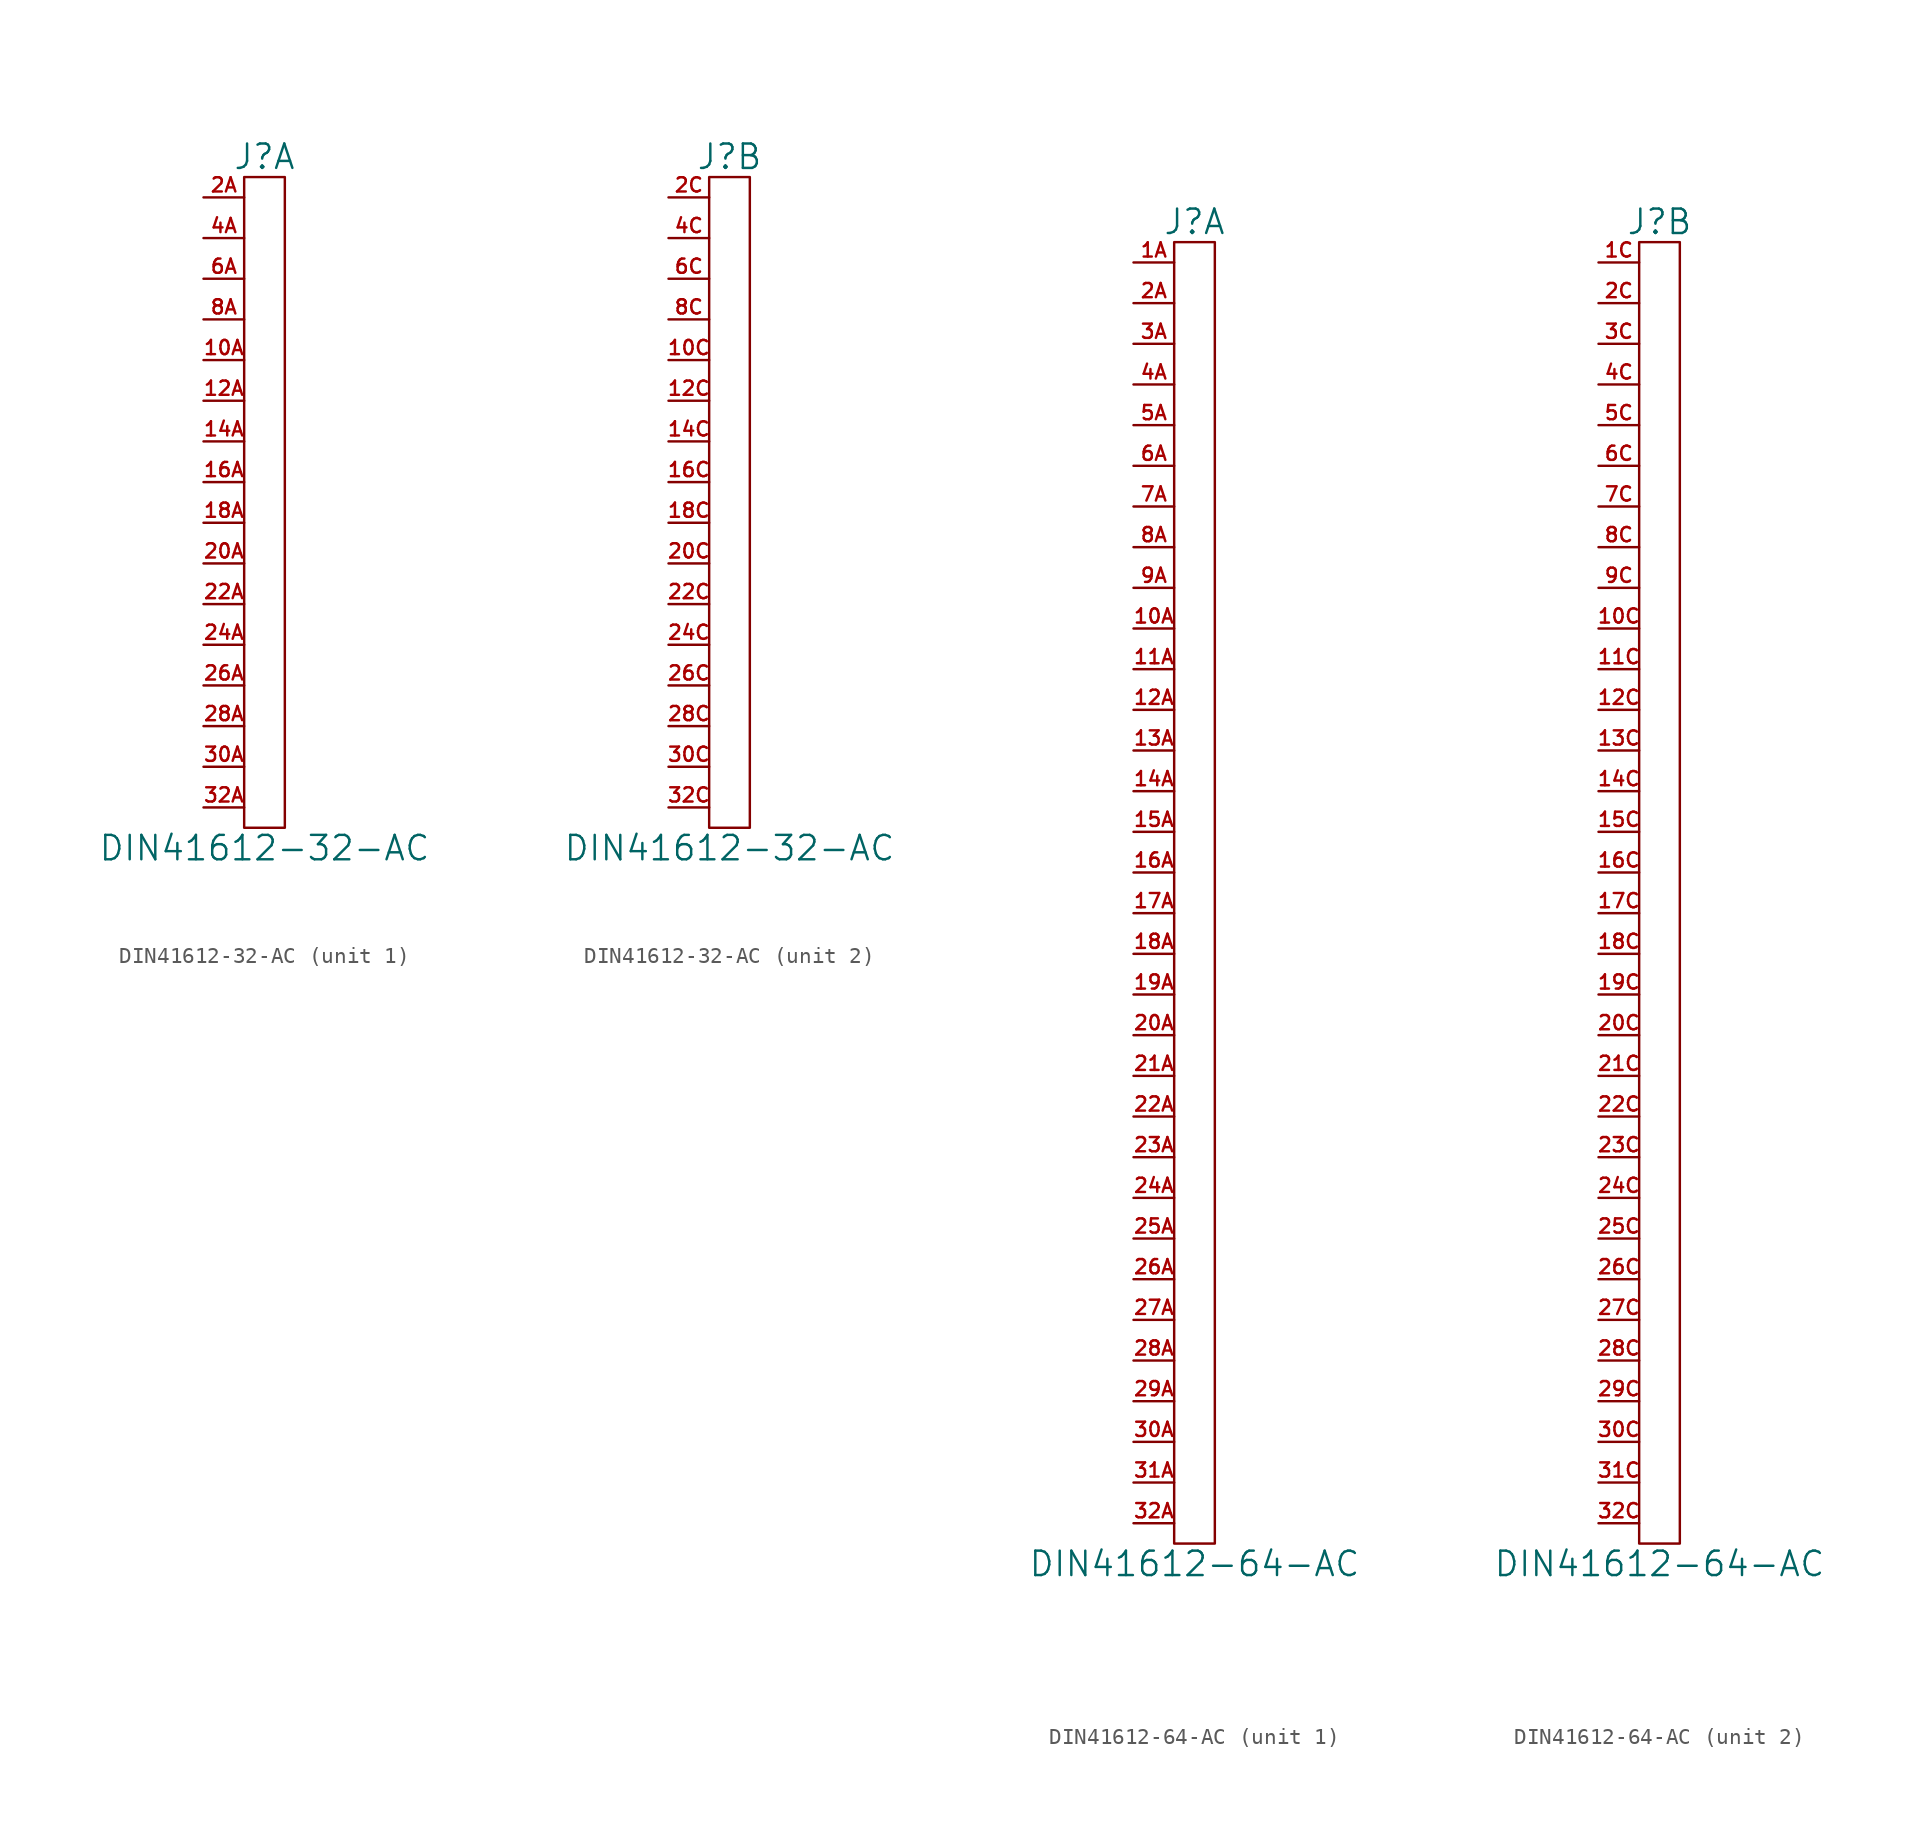
<source format=kicad_sym>
(kicad_symbol_lib
  (version 20211014)
  (generator kicad_symbol_editor)
  (symbol "DIN41612-32-AC"
    (pin_names
      (offset 0))
    (property "Reference" "J"
      (at 0 21.59 0)
      (effects (font (size 1.524 1.524))))
    (property "Value" "DIN41612-32-AC"
      (at 0 -21.59 0)
      (effects (font (size 1.524 1.524))))
    (property "Footprint" ""
      (at 0 0 0)
      (effects (font (size 1.524 1.524))))
    (property "Datasheet" ""
      (at 0 0 0)
      (effects (font (size 1.524 1.524))))
    (property "ki_locked" ""
      (at 0 0 0)
      (effects (font (size 1.27 1.27))))
    (symbol "DIN41612-32-AC_0_1"
      (rectangle (start -1.27 20.32) (end 1.27 -20.32) (stroke (width 0) (type default) (color 0 0 0 0)) (fill (type none))))
    (symbol "DIN41612-32-AC_1_1"
      (pin passive line (at -3.81 8.89 0) (length 2.54) (name "~" (effects (font (size 1.27 1.27)))) (number "10A" (effects (font (size 0.889 0.889)))))
      (pin passive line (at -3.81 6.35 0) (length 2.54) (name "~" (effects (font (size 1.27 1.27)))) (number "12A" (effects (font (size 0.889 0.889)))))
      (pin passive line (at -3.81 3.81 0) (length 2.54) (name "~" (effects (font (size 1.27 1.27)))) (number "14A" (effects (font (size 0.889 0.889)))))
      (pin passive line (at -3.81 1.27 0) (length 2.54) (name "~" (effects (font (size 1.27 1.27)))) (number "16A" (effects (font (size 0.889 0.889)))))
      (pin passive line (at -3.81 -1.27 0) (length 2.54) (name "~" (effects (font (size 1.27 1.27)))) (number "18A" (effects (font (size 0.889 0.889)))))
      (pin passive line (at -3.81 -3.81 0) (length 2.54) (name "~" (effects (font (size 1.27 1.27)))) (number "20A" (effects (font (size 0.889 0.889)))))
      (pin passive line (at -3.81 -6.35 0) (length 2.54) (name "~" (effects (font (size 1.27 1.27)))) (number "22A" (effects (font (size 0.889 0.889)))))
      (pin passive line (at -3.81 -8.89 0) (length 2.54) (name "~" (effects (font (size 1.27 1.27)))) (number "24A" (effects (font (size 0.889 0.889)))))
      (pin passive line (at -3.81 -11.43 0) (length 2.54) (name "~" (effects (font (size 1.27 1.27)))) (number "26A" (effects (font (size 0.889 0.889)))))
      (pin passive line (at -3.81 -13.97 0) (length 2.54) (name "~" (effects (font (size 1.27 1.27)))) (number "28A" (effects (font (size 0.889 0.889)))))
      (pin passive line (at -3.81 19.05 0) (length 2.54) (name "~" (effects (font (size 1.27 1.27)))) (number "2A" (effects (font (size 0.889 0.889)))))
      (pin passive line (at -3.81 -16.51 0) (length 2.54) (name "~" (effects (font (size 1.27 1.27)))) (number "30A" (effects (font (size 0.889 0.889)))))
      (pin passive line (at -3.81 -19.05 0) (length 2.54) (name "~" (effects (font (size 1.27 1.27)))) (number "32A" (effects (font (size 0.889 0.889)))))
      (pin passive line (at -3.81 16.51 0) (length 2.54) (name "~" (effects (font (size 1.27 1.27)))) (number "4A" (effects (font (size 0.889 0.889)))))
      (pin passive line (at -3.81 13.97 0) (length 2.54) (name "~" (effects (font (size 1.27 1.27)))) (number "6A" (effects (font (size 0.889 0.889)))))
      (pin passive line (at -3.81 11.43 0) (length 2.54) (name "~" (effects (font (size 1.27 1.27)))) (number "8A" (effects (font (size 0.889 0.889))))))
    (symbol "DIN41612-32-AC_2_1"
      (pin passive line (at -3.81 8.89 0) (length 2.54) (name "~" (effects (font (size 1.27 1.27)))) (number "10C" (effects (font (size 0.889 0.889)))))
      (pin passive line (at -3.81 6.35 0) (length 2.54) (name "~" (effects (font (size 1.27 1.27)))) (number "12C" (effects (font (size 0.889 0.889)))))
      (pin passive line (at -3.81 3.81 0) (length 2.54) (name "~" (effects (font (size 1.27 1.27)))) (number "14C" (effects (font (size 0.889 0.889)))))
      (pin passive line (at -3.81 1.27 0) (length 2.54) (name "~" (effects (font (size 1.27 1.27)))) (number "16C" (effects (font (size 0.889 0.889)))))
      (pin passive line (at -3.81 -1.27 0) (length 2.54) (name "~" (effects (font (size 1.27 1.27)))) (number "18C" (effects (font (size 0.889 0.889)))))
      (pin passive line (at -3.81 -3.81 0) (length 2.54) (name "~" (effects (font (size 1.27 1.27)))) (number "20C" (effects (font (size 0.889 0.889)))))
      (pin passive line (at -3.81 -6.35 0) (length 2.54) (name "~" (effects (font (size 1.27 1.27)))) (number "22C" (effects (font (size 0.889 0.889)))))
      (pin passive line (at -3.81 -8.89 0) (length 2.54) (name "~" (effects (font (size 1.27 1.27)))) (number "24C" (effects (font (size 0.889 0.889)))))
      (pin passive line (at -3.81 -11.43 0) (length 2.54) (name "~" (effects (font (size 1.27 1.27)))) (number "26C" (effects (font (size 0.889 0.889)))))
      (pin passive line (at -3.81 -13.97 0) (length 2.54) (name "~" (effects (font (size 1.27 1.27)))) (number "28C" (effects (font (size 0.889 0.889)))))
      (pin passive line (at -3.81 19.05 0) (length 2.54) (name "~" (effects (font (size 1.27 1.27)))) (number "2C" (effects (font (size 0.889 0.889)))))
      (pin passive line (at -3.81 -16.51 0) (length 2.54) (name "~" (effects (font (size 1.27 1.27)))) (number "30C" (effects (font (size 0.889 0.889)))))
      (pin passive line (at -3.81 -19.05 0) (length 2.54) (name "~" (effects (font (size 1.27 1.27)))) (number "32C" (effects (font (size 0.889 0.889)))))
      (pin passive line (at -3.81 16.51 0) (length 2.54) (name "~" (effects (font (size 1.27 1.27)))) (number "4C" (effects (font (size 0.889 0.889)))))
      (pin passive line (at -3.81 13.97 0) (length 2.54) (name "~" (effects (font (size 1.27 1.27)))) (number "6C" (effects (font (size 0.889 0.889)))))
      (pin passive line (at -3.81 11.43 0) (length 2.54) (name "~" (effects (font (size 1.27 1.27)))) (number "8C" (effects (font (size 0.889 0.889)))))))
  (symbol "DIN41612-64-AC"
    (pin_names
      (offset 0))
    (property "Reference" "J"
      (at 0 41.91 0)
      (effects (font (size 1.524 1.524))))
    (property "Value" "DIN41612-64-AC"
      (at 0 -41.91 0)
      (effects (font (size 1.524 1.524))))
    (property "Footprint" ""
      (at 0 0 0)
      (effects (font (size 1.524 1.524))))
    (property "Datasheet" ""
      (at 0 0 0)
      (effects (font (size 1.524 1.524))))
    (property "ki_locked" ""
      (at 0 0 0)
      (effects (font (size 1.27 1.27))))
    (symbol "DIN41612-64-AC_0_1"
      (rectangle (start -1.27 40.64) (end 1.27 -40.64) (stroke (width 0) (type default) (color 0 0 0 0)) (fill (type none))))
    (symbol "DIN41612-64-AC_1_1"
      (pin passive line (at -3.81 16.51 0) (length 2.54) (name "~" (effects (font (size 1.27 1.27)))) (number "10A" (effects (font (size 0.889 0.889)))))
      (pin passive line (at -3.81 13.97 0) (length 2.54) (name "~" (effects (font (size 1.27 1.27)))) (number "11A" (effects (font (size 0.889 0.889)))))
      (pin passive line (at -3.81 11.43 0) (length 2.54) (name "~" (effects (font (size 1.27 1.27)))) (number "12A" (effects (font (size 0.889 0.889)))))
      (pin passive line (at -3.81 8.89 0) (length 2.54) (name "~" (effects (font (size 1.27 1.27)))) (number "13A" (effects (font (size 0.889 0.889)))))
      (pin passive line (at -3.81 6.35 0) (length 2.54) (name "~" (effects (font (size 1.27 1.27)))) (number "14A" (effects (font (size 0.889 0.889)))))
      (pin passive line (at -3.81 3.81 0) (length 2.54) (name "~" (effects (font (size 1.27 1.27)))) (number "15A" (effects (font (size 0.889 0.889)))))
      (pin passive line (at -3.81 1.27 0) (length 2.54) (name "~" (effects (font (size 1.27 1.27)))) (number "16A" (effects (font (size 0.889 0.889)))))
      (pin passive line (at -3.81 -1.27 0) (length 2.54) (name "~" (effects (font (size 1.27 1.27)))) (number "17A" (effects (font (size 0.889 0.889)))))
      (pin passive line (at -3.81 -3.81 0) (length 2.54) (name "~" (effects (font (size 1.27 1.27)))) (number "18A" (effects (font (size 0.889 0.889)))))
      (pin passive line (at -3.81 -6.35 0) (length 2.54) (name "~" (effects (font (size 1.27 1.27)))) (number "19A" (effects (font (size 0.889 0.889)))))
      (pin passive line (at -3.81 39.37 0) (length 2.54) (name "~" (effects (font (size 1.27 1.27)))) (number "1A" (effects (font (size 0.889 0.889)))))
      (pin passive line (at -3.81 -8.89 0) (length 2.54) (name "~" (effects (font (size 1.27 1.27)))) (number "20A" (effects (font (size 0.889 0.889)))))
      (pin passive line (at -3.81 -11.43 0) (length 2.54) (name "~" (effects (font (size 1.27 1.27)))) (number "21A" (effects (font (size 0.889 0.889)))))
      (pin passive line (at -3.81 -13.97 0) (length 2.54) (name "~" (effects (font (size 1.27 1.27)))) (number "22A" (effects (font (size 0.889 0.889)))))
      (pin passive line (at -3.81 -16.51 0) (length 2.54) (name "~" (effects (font (size 1.27 1.27)))) (number "23A" (effects (font (size 0.889 0.889)))))
      (pin passive line (at -3.81 -19.05 0) (length 2.54) (name "~" (effects (font (size 1.27 1.27)))) (number "24A" (effects (font (size 0.889 0.889)))))
      (pin passive line (at -3.81 -21.59 0) (length 2.54) (name "~" (effects (font (size 1.27 1.27)))) (number "25A" (effects (font (size 0.889 0.889)))))
      (pin passive line (at -3.81 -24.13 0) (length 2.54) (name "~" (effects (font (size 1.27 1.27)))) (number "26A" (effects (font (size 0.889 0.889)))))
      (pin passive line (at -3.81 -26.67 0) (length 2.54) (name "~" (effects (font (size 1.27 1.27)))) (number "27A" (effects (font (size 0.889 0.889)))))
      (pin passive line (at -3.81 -29.21 0) (length 2.54) (name "~" (effects (font (size 1.27 1.27)))) (number "28A" (effects (font (size 0.889 0.889)))))
      (pin passive line (at -3.81 -31.75 0) (length 2.54) (name "~" (effects (font (size 1.27 1.27)))) (number "29A" (effects (font (size 0.889 0.889)))))
      (pin passive line (at -3.81 36.83 0) (length 2.54) (name "~" (effects (font (size 1.27 1.27)))) (number "2A" (effects (font (size 0.889 0.889)))))
      (pin passive line (at -3.81 -34.29 0) (length 2.54) (name "~" (effects (font (size 1.27 1.27)))) (number "30A" (effects (font (size 0.889 0.889)))))
      (pin passive line (at -3.81 -36.83 0) (length 2.54) (name "~" (effects (font (size 1.27 1.27)))) (number "31A" (effects (font (size 0.889 0.889)))))
      (pin passive line (at -3.81 -39.37 0) (length 2.54) (name "~" (effects (font (size 1.27 1.27)))) (number "32A" (effects (font (size 0.889 0.889)))))
      (pin passive line (at -3.81 34.29 0) (length 2.54) (name "~" (effects (font (size 1.27 1.27)))) (number "3A" (effects (font (size 0.889 0.889)))))
      (pin passive line (at -3.81 31.75 0) (length 2.54) (name "~" (effects (font (size 1.27 1.27)))) (number "4A" (effects (font (size 0.889 0.889)))))
      (pin passive line (at -3.81 29.21 0) (length 2.54) (name "~" (effects (font (size 1.27 1.27)))) (number "5A" (effects (font (size 0.889 0.889)))))
      (pin passive line (at -3.81 26.67 0) (length 2.54) (name "~" (effects (font (size 1.27 1.27)))) (number "6A" (effects (font (size 0.889 0.889)))))
      (pin passive line (at -3.81 24.13 0) (length 2.54) (name "~" (effects (font (size 1.27 1.27)))) (number "7A" (effects (font (size 0.889 0.889)))))
      (pin passive line (at -3.81 21.59 0) (length 2.54) (name "~" (effects (font (size 1.27 1.27)))) (number "8A" (effects (font (size 0.889 0.889)))))
      (pin passive line (at -3.81 19.05 0) (length 2.54) (name "~" (effects (font (size 1.27 1.27)))) (number "9A" (effects (font (size 0.889 0.889))))))
    (symbol "DIN41612-64-AC_2_1"
      (pin passive line (at -3.81 16.51 0) (length 2.54) (name "~" (effects (font (size 1.27 1.27)))) (number "10C" (effects (font (size 0.889 0.889)))))
      (pin passive line (at -3.81 13.97 0) (length 2.54) (name "~" (effects (font (size 1.27 1.27)))) (number "11C" (effects (font (size 0.889 0.889)))))
      (pin passive line (at -3.81 11.43 0) (length 2.54) (name "~" (effects (font (size 1.27 1.27)))) (number "12C" (effects (font (size 0.889 0.889)))))
      (pin passive line (at -3.81 8.89 0) (length 2.54) (name "~" (effects (font (size 1.27 1.27)))) (number "13C" (effects (font (size 0.889 0.889)))))
      (pin passive line (at -3.81 6.35 0) (length 2.54) (name "~" (effects (font (size 1.27 1.27)))) (number "14C" (effects (font (size 0.889 0.889)))))
      (pin passive line (at -3.81 3.81 0) (length 2.54) (name "~" (effects (font (size 1.27 1.27)))) (number "15C" (effects (font (size 0.889 0.889)))))
      (pin passive line (at -3.81 1.27 0) (length 2.54) (name "~" (effects (font (size 1.27 1.27)))) (number "16C" (effects (font (size 0.889 0.889)))))
      (pin passive line (at -3.81 -1.27 0) (length 2.54) (name "~" (effects (font (size 1.27 1.27)))) (number "17C" (effects (font (size 0.889 0.889)))))
      (pin passive line (at -3.81 -3.81 0) (length 2.54) (name "~" (effects (font (size 1.27 1.27)))) (number "18C" (effects (font (size 0.889 0.889)))))
      (pin passive line (at -3.81 -6.35 0) (length 2.54) (name "~" (effects (font (size 1.27 1.27)))) (number "19C" (effects (font (size 0.889 0.889)))))
      (pin passive line (at -3.81 39.37 0) (length 2.54) (name "~" (effects (font (size 1.27 1.27)))) (number "1C" (effects (font (size 0.889 0.889)))))
      (pin passive line (at -3.81 -8.89 0) (length 2.54) (name "~" (effects (font (size 1.27 1.27)))) (number "20C" (effects (font (size 0.889 0.889)))))
      (pin passive line (at -3.81 -11.43 0) (length 2.54) (name "~" (effects (font (size 1.27 1.27)))) (number "21C" (effects (font (size 0.889 0.889)))))
      (pin passive line (at -3.81 -13.97 0) (length 2.54) (name "~" (effects (font (size 1.27 1.27)))) (number "22C" (effects (font (size 0.889 0.889)))))
      (pin passive line (at -3.81 -16.51 0) (length 2.54) (name "~" (effects (font (size 1.27 1.27)))) (number "23C" (effects (font (size 0.889 0.889)))))
      (pin passive line (at -3.81 -19.05 0) (length 2.54) (name "~" (effects (font (size 1.27 1.27)))) (number "24C" (effects (font (size 0.889 0.889)))))
      (pin passive line (at -3.81 -21.59 0) (length 2.54) (name "~" (effects (font (size 1.27 1.27)))) (number "25C" (effects (font (size 0.889 0.889)))))
      (pin passive line (at -3.81 -24.13 0) (length 2.54) (name "~" (effects (font (size 1.27 1.27)))) (number "26C" (effects (font (size 0.889 0.889)))))
      (pin passive line (at -3.81 -26.67 0) (length 2.54) (name "~" (effects (font (size 1.27 1.27)))) (number "27C" (effects (font (size 0.889 0.889)))))
      (pin passive line (at -3.81 -29.21 0) (length 2.54) (name "~" (effects (font (size 1.27 1.27)))) (number "28C" (effects (font (size 0.889 0.889)))))
      (pin passive line (at -3.81 -31.75 0) (length 2.54) (name "~" (effects (font (size 1.27 1.27)))) (number "29C" (effects (font (size 0.889 0.889)))))
      (pin passive line (at -3.81 36.83 0) (length 2.54) (name "~" (effects (font (size 1.27 1.27)))) (number "2C" (effects (font (size 0.889 0.889)))))
      (pin passive line (at -3.81 -34.29 0) (length 2.54) (name "~" (effects (font (size 1.27 1.27)))) (number "30C" (effects (font (size 0.889 0.889)))))
      (pin passive line (at -3.81 -36.83 0) (length 2.54) (name "~" (effects (font (size 1.27 1.27)))) (number "31C" (effects (font (size 0.889 0.889)))))
      (pin passive line (at -3.81 -39.37 0) (length 2.54) (name "~" (effects (font (size 1.27 1.27)))) (number "32C" (effects (font (size 0.889 0.889)))))
      (pin passive line (at -3.81 34.29 0) (length 2.54) (name "~" (effects (font (size 1.27 1.27)))) (number "3C" (effects (font (size 0.889 0.889)))))
      (pin passive line (at -3.81 31.75 0) (length 2.54) (name "~" (effects (font (size 1.27 1.27)))) (number "4C" (effects (font (size 0.889 0.889)))))
      (pin passive line (at -3.81 29.21 0) (length 2.54) (name "~" (effects (font (size 1.27 1.27)))) (number "5C" (effects (font (size 0.889 0.889)))))
      (pin passive line (at -3.81 26.67 0) (length 2.54) (name "~" (effects (font (size 1.27 1.27)))) (number "6C" (effects (font (size 0.889 0.889)))))
      (pin passive line (at -3.81 24.13 0) (length 2.54) (name "~" (effects (font (size 1.27 1.27)))) (number "7C" (effects (font (size 0.889 0.889)))))
      (pin passive line (at -3.81 21.59 0) (length 2.54) (name "~" (effects (font (size 1.27 1.27)))) (number "8C" (effects (font (size 0.889 0.889)))))
      (pin passive line (at -3.81 19.05 0) (length 2.54) (name "~" (effects (font (size 1.27 1.27)))) (number "9C" (effects (font (size 0.889 0.889))))))))
</source>
